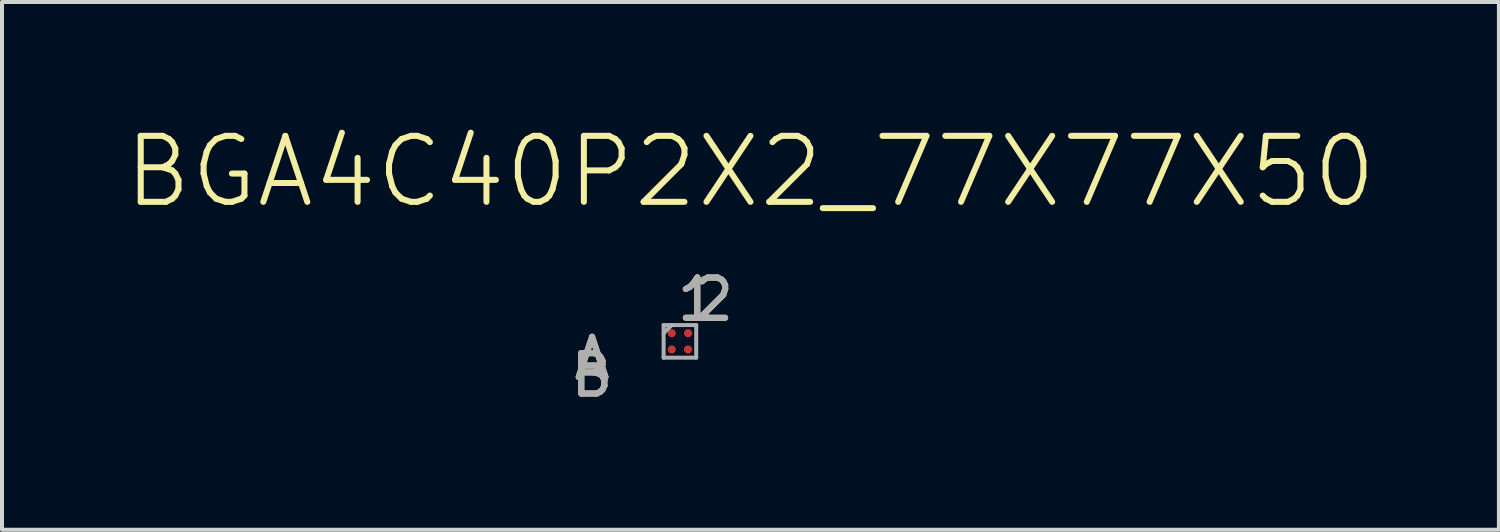
<source format=kicad_pcb>
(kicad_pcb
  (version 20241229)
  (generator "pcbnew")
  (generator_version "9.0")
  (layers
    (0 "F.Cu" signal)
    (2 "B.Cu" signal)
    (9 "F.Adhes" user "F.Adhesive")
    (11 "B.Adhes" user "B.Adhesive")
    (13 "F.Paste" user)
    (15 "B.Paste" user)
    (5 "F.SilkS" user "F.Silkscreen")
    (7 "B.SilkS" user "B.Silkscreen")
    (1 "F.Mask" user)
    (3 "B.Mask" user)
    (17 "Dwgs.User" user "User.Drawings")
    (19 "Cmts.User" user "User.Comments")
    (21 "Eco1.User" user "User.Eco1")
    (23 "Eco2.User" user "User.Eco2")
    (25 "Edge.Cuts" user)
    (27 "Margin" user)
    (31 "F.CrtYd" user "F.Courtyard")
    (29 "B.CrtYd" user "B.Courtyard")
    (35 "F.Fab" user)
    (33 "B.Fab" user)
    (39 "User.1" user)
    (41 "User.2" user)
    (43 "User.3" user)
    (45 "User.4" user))
  (footprint "BGA4C40P2X2_77X77X50"
    (layer "F.Cu")
    (at 13.886 5.453)
    (property "Reference" "BGA4C40P2X2_77X77X50" (at 1.757 -4.228 0) (layer "F.SilkS") (effects (font (size 1.644 1.644) (thickness 0.15))))
    (attr smd)
    (fp_line (start -0.406 -0.406) (end -0.406 0.406) (stroke (width 0.1) (type solid)) (layer "F.Fab"))
    (fp_line (start -0.406 0.406) (end 0.406 0.406) (stroke (width 0.1) (type solid)) (layer "F.Fab"))
    (fp_line (start -0.203 -0.406) (end -0.406 -0.203) (stroke (width 0.1) (type solid)) (layer "F.Fab"))
    (fp_line (start 0.406 -0.406) (end -0.406 -0.406) (stroke (width 0.1) (type solid)) (layer "F.Fab"))
    (fp_line (start 0.406 0.406) (end 0.406 -0.406) (stroke (width 0.1) (type solid)) (layer "F.Fab"))
    (fp_text user "A" (at -2.187 0.432 0) (layer "F.SilkS") (effects (font (size 1.001 1.001) (thickness 0.15))))
    (fp_text user "B" (at -2.193 0.842 0) (layer "F.SilkS") (effects (font (size 1.004 1.004) (thickness 0.15))))
    (fp_text user "1" (at 0.433 -1.045 0) (layer "F.SilkS") (effects (font (size 1.003 1.003) (thickness 0.15))))
    (fp_text user "2" (at 0.84 -1.043 0) (layer "F.SilkS") (effects (font (size 1.002 1.002) (thickness 0.15))))
    (fp_text user "A" (at -2.189 0.433 0) (layer "F.Fab") (effects (font (size 1.002 1.002) (thickness 0.15))))
    (fp_text user "2" (at 0.841 -1.045 0) (layer "F.Fab") (effects (font (size 1.003 1.003) (thickness 0.15))))
    (fp_text user "1" (at 0.433 -1.044 0) (layer "F.Fab") (effects (font (size 1.002 1.002) (thickness 0.15))))
    (fp_text user "B" (at -2.194 0.842 0) (layer "F.Fab") (effects (font (size 1.005 1.005) (thickness 0.15))))
    (pad "A1" smd circle (at -0.203 -0.203) (size 0.203 0.203) (layers "F.Cu" "F.Mask" "F.Paste"))
    (pad "A2" smd circle (at 0.203 -0.203) (size 0.203 0.203) (layers "F.Cu" "F.Mask" "F.Paste"))
    (pad "B1" smd circle (at -0.203 0.203) (size 0.203 0.203) (layers "F.Cu" "F.Mask" "F.Paste"))
    (pad "B2" smd circle (at 0.203 0.203) (size 0.203 0.203) (layers "F.Cu" "F.Mask" "F.Paste")))
  (gr_rect
    (start -3 -3)
    (end 34.286 10.146)
    (stroke (width 0.1) (type default))
    (fill no)
    (layer "Edge.Cuts")))
</source>
